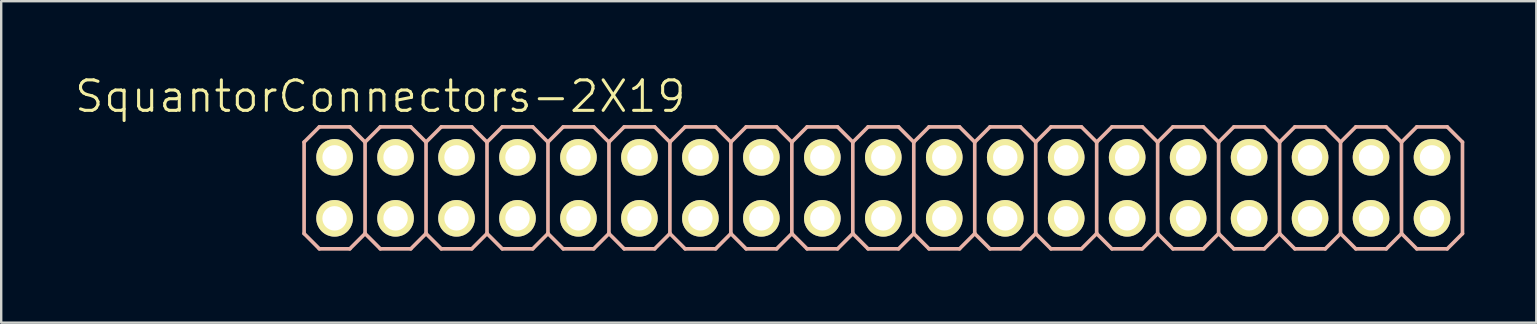
<source format=kicad_pcb>
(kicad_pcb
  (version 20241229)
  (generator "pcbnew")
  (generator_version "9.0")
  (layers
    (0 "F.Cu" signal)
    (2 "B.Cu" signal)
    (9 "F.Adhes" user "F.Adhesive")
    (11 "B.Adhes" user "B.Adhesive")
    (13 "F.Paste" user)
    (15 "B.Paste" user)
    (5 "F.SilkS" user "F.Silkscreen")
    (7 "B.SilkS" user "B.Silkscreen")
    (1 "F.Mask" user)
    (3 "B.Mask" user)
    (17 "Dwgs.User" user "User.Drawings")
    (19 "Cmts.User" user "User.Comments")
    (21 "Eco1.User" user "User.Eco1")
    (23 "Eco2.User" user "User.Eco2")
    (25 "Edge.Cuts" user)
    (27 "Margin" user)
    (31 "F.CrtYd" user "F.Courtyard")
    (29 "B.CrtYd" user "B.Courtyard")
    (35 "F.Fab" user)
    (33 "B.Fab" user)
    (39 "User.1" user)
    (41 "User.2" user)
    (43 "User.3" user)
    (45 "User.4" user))
  (footprint "SquantorConnectors-2X19"
    (layer "F.Cu")
    (at 33.749 4.776)
    (property "Reference" "SquantorConnectors-2X19" (at -20.955 -3.81 0) (layer "F.SilkS") (effects (font (size 1.27 1.27) (thickness 0.127))))
    (attr exclude_from_pos_files exclude_from_bom)
    (fp_line (start -23.114 -1.524) (end -22.606 -1.524) (stroke (width 0.066) (type solid)) (layer "F.SilkS"))
    (fp_line (start -23.114 -1.016) (end -23.114 -1.524) (stroke (width 0.066) (type solid)) (layer "F.SilkS"))
    (fp_line (start -23.114 -1.016) (end -22.606 -1.016) (stroke (width 0.066) (type solid)) (layer "F.SilkS"))
    (fp_line (start -23.114 1.016) (end -22.606 1.016) (stroke (width 0.066) (type solid)) (layer "F.SilkS"))
    (fp_line (start -23.114 1.524) (end -23.114 1.016) (stroke (width 0.066) (type solid)) (layer "F.SilkS"))
    (fp_line (start -23.114 1.524) (end -22.606 1.524) (stroke (width 0.066) (type solid)) (layer "F.SilkS"))
    (fp_line (start -22.606 -1.016) (end -22.606 -1.524) (stroke (width 0.066) (type solid)) (layer "F.SilkS"))
    (fp_line (start -22.606 1.524) (end -22.606 1.016) (stroke (width 0.066) (type solid)) (layer "F.SilkS"))
    (fp_line (start -20.574 -1.524) (end -20.066 -1.524) (stroke (width 0.066) (type solid)) (layer "F.SilkS"))
    (fp_line (start -20.574 -1.016) (end -20.574 -1.524) (stroke (width 0.066) (type solid)) (layer "F.SilkS"))
    (fp_line (start -20.574 -1.016) (end -20.066 -1.016) (stroke (width 0.066) (type solid)) (layer "F.SilkS"))
    (fp_line (start -20.574 1.016) (end -20.066 1.016) (stroke (width 0.066) (type solid)) (layer "F.SilkS"))
    (fp_line (start -20.574 1.524) (end -20.574 1.016) (stroke (width 0.066) (type solid)) (layer "F.SilkS"))
    (fp_line (start -20.574 1.524) (end -20.066 1.524) (stroke (width 0.066) (type solid)) (layer "F.SilkS"))
    (fp_line (start -20.066 -1.016) (end -20.066 -1.524) (stroke (width 0.066) (type solid)) (layer "F.SilkS"))
    (fp_line (start -20.066 1.524) (end -20.066 1.016) (stroke (width 0.066) (type solid)) (layer "F.SilkS"))
    (fp_line (start -18.034 -1.524) (end -17.523 -1.524) (stroke (width 0.066) (type solid)) (layer "F.SilkS"))
    (fp_line (start -18.034 -1.016) (end -18.034 -1.524) (stroke (width 0.066) (type solid)) (layer "F.SilkS"))
    (fp_line (start -18.034 -1.016) (end -17.523 -1.016) (stroke (width 0.066) (type solid)) (layer "F.SilkS"))
    (fp_line (start -18.034 1.016) (end -17.523 1.016) (stroke (width 0.066) (type solid)) (layer "F.SilkS"))
    (fp_line (start -18.034 1.524) (end -18.034 1.016) (stroke (width 0.066) (type solid)) (layer "F.SilkS"))
    (fp_line (start -18.034 1.524) (end -17.523 1.524) (stroke (width 0.066) (type solid)) (layer "F.SilkS"))
    (fp_line (start -17.523 -1.016) (end -17.523 -1.524) (stroke (width 0.066) (type solid)) (layer "F.SilkS"))
    (fp_line (start -17.523 1.524) (end -17.523 1.016) (stroke (width 0.066) (type solid)) (layer "F.SilkS"))
    (fp_line (start -15.494 -1.524) (end -14.986 -1.524) (stroke (width 0.066) (type solid)) (layer "F.SilkS"))
    (fp_line (start -15.494 -1.016) (end -15.494 -1.524) (stroke (width 0.066) (type solid)) (layer "F.SilkS"))
    (fp_line (start -15.494 -1.016) (end -14.986 -1.016) (stroke (width 0.066) (type solid)) (layer "F.SilkS"))
    (fp_line (start -15.494 1.016) (end -14.986 1.016) (stroke (width 0.066) (type solid)) (layer "F.SilkS"))
    (fp_line (start -15.494 1.524) (end -15.494 1.016) (stroke (width 0.066) (type solid)) (layer "F.SilkS"))
    (fp_line (start -15.494 1.524) (end -14.986 1.524) (stroke (width 0.066) (type solid)) (layer "F.SilkS"))
    (fp_line (start -14.986 -1.016) (end -14.986 -1.524) (stroke (width 0.066) (type solid)) (layer "F.SilkS"))
    (fp_line (start -14.986 1.524) (end -14.986 1.016) (stroke (width 0.066) (type solid)) (layer "F.SilkS"))
    (fp_line (start -12.954 -1.524) (end -12.446 -1.524) (stroke (width 0.066) (type solid)) (layer "F.SilkS"))
    (fp_line (start -12.954 -1.016) (end -12.954 -1.524) (stroke (width 0.066) (type solid)) (layer "F.SilkS"))
    (fp_line (start -12.954 -1.016) (end -12.446 -1.016) (stroke (width 0.066) (type solid)) (layer "F.SilkS"))
    (fp_line (start -12.954 1.016) (end -12.446 1.016) (stroke (width 0.066) (type solid)) (layer "F.SilkS"))
    (fp_line (start -12.954 1.524) (end -12.954 1.016) (stroke (width 0.066) (type solid)) (layer "F.SilkS"))
    (fp_line (start -12.954 1.524) (end -12.446 1.524) (stroke (width 0.066) (type solid)) (layer "F.SilkS"))
    (fp_line (start -12.446 -1.016) (end -12.446 -1.524) (stroke (width 0.066) (type solid)) (layer "F.SilkS"))
    (fp_line (start -12.446 1.524) (end -12.446 1.016) (stroke (width 0.066) (type solid)) (layer "F.SilkS"))
    (fp_line (start -10.414 -1.524) (end -9.906 -1.524) (stroke (width 0.066) (type solid)) (layer "F.SilkS"))
    (fp_line (start -10.414 -1.016) (end -10.414 -1.524) (stroke (width 0.066) (type solid)) (layer "F.SilkS"))
    (fp_line (start -10.414 -1.016) (end -9.906 -1.016) (stroke (width 0.066) (type solid)) (layer "F.SilkS"))
    (fp_line (start -10.414 1.016) (end -9.906 1.016) (stroke (width 0.066) (type solid)) (layer "F.SilkS"))
    (fp_line (start -10.414 1.524) (end -10.414 1.016) (stroke (width 0.066) (type solid)) (layer "F.SilkS"))
    (fp_line (start -10.414 1.524) (end -9.906 1.524) (stroke (width 0.066) (type solid)) (layer "F.SilkS"))
    (fp_line (start -9.906 -1.016) (end -9.906 -1.524) (stroke (width 0.066) (type solid)) (layer "F.SilkS"))
    (fp_line (start -9.906 1.524) (end -9.906 1.016) (stroke (width 0.066) (type solid)) (layer "F.SilkS"))
    (fp_line (start -7.874 -1.524) (end -7.366 -1.524) (stroke (width 0.066) (type solid)) (layer "F.SilkS"))
    (fp_line (start -7.874 -1.016) (end -7.874 -1.524) (stroke (width 0.066) (type solid)) (layer "F.SilkS"))
    (fp_line (start -7.874 -1.016) (end -7.366 -1.016) (stroke (width 0.066) (type solid)) (layer "F.SilkS"))
    (fp_line (start -7.874 1.016) (end -7.366 1.016) (stroke (width 0.066) (type solid)) (layer "F.SilkS"))
    (fp_line (start -7.874 1.524) (end -7.874 1.016) (stroke (width 0.066) (type solid)) (layer "F.SilkS"))
    (fp_line (start -7.874 1.524) (end -7.366 1.524) (stroke (width 0.066) (type solid)) (layer "F.SilkS"))
    (fp_line (start -7.366 -1.016) (end -7.366 -1.524) (stroke (width 0.066) (type solid)) (layer "F.SilkS"))
    (fp_line (start -7.366 1.524) (end -7.366 1.016) (stroke (width 0.066) (type solid)) (layer "F.SilkS"))
    (fp_line (start -5.334 -1.524) (end -4.826 -1.524) (stroke (width 0.066) (type solid)) (layer "F.SilkS"))
    (fp_line (start -5.334 -1.016) (end -5.334 -1.524) (stroke (width 0.066) (type solid)) (layer "F.SilkS"))
    (fp_line (start -5.334 -1.016) (end -4.826 -1.016) (stroke (width 0.066) (type solid)) (layer "F.SilkS"))
    (fp_line (start -5.334 1.016) (end -4.826 1.016) (stroke (width 0.066) (type solid)) (layer "F.SilkS"))
    (fp_line (start -5.334 1.524) (end -5.334 1.016) (stroke (width 0.066) (type solid)) (layer "F.SilkS"))
    (fp_line (start -5.334 1.524) (end -4.826 1.524) (stroke (width 0.066) (type solid)) (layer "F.SilkS"))
    (fp_line (start -4.826 -1.016) (end -4.826 -1.524) (stroke (width 0.066) (type solid)) (layer "F.SilkS"))
    (fp_line (start -4.826 1.524) (end -4.826 1.016) (stroke (width 0.066) (type solid)) (layer "F.SilkS"))
    (fp_line (start -2.794 -1.524) (end -2.286 -1.524) (stroke (width 0.066) (type solid)) (layer "F.SilkS"))
    (fp_line (start -2.794 -1.016) (end -2.794 -1.524) (stroke (width 0.066) (type solid)) (layer "F.SilkS"))
    (fp_line (start -2.794 -1.016) (end -2.286 -1.016) (stroke (width 0.066) (type solid)) (layer "F.SilkS"))
    (fp_line (start -2.794 1.016) (end -2.286 1.016) (stroke (width 0.066) (type solid)) (layer "F.SilkS"))
    (fp_line (start -2.794 1.524) (end -2.794 1.016) (stroke (width 0.066) (type solid)) (layer "F.SilkS"))
    (fp_line (start -2.794 1.524) (end -2.286 1.524) (stroke (width 0.066) (type solid)) (layer "F.SilkS"))
    (fp_line (start -2.286 -1.016) (end -2.286 -1.524) (stroke (width 0.066) (type solid)) (layer "F.SilkS"))
    (fp_line (start -2.286 1.524) (end -2.286 1.016) (stroke (width 0.066) (type solid)) (layer "F.SilkS"))
    (fp_line (start -0.254 -1.524) (end 0.254 -1.524) (stroke (width 0.066) (type solid)) (layer "F.SilkS"))
    (fp_line (start -0.254 -1.016) (end -0.254 -1.524) (stroke (width 0.066) (type solid)) (layer "F.SilkS"))
    (fp_line (start -0.254 -1.016) (end 0.254 -1.016) (stroke (width 0.066) (type solid)) (layer "F.SilkS"))
    (fp_line (start -0.254 1.016) (end 0.254 1.016) (stroke (width 0.066) (type solid)) (layer "F.SilkS"))
    (fp_line (start -0.254 1.524) (end -0.254 1.016) (stroke (width 0.066) (type solid)) (layer "F.SilkS"))
    (fp_line (start -0.254 1.524) (end 0.254 1.524) (stroke (width 0.066) (type solid)) (layer "F.SilkS"))
    (fp_line (start 0.254 -1.016) (end 0.254 -1.524) (stroke (width 0.066) (type solid)) (layer "F.SilkS"))
    (fp_line (start 0.254 1.524) (end 0.254 1.016) (stroke (width 0.066) (type solid)) (layer "F.SilkS"))
    (fp_line (start 2.286 -1.524) (end 2.794 -1.524) (stroke (width 0.066) (type solid)) (layer "F.SilkS"))
    (fp_line (start 2.286 -1.016) (end 2.286 -1.524) (stroke (width 0.066) (type solid)) (layer "F.SilkS"))
    (fp_line (start 2.286 -1.016) (end 2.794 -1.016) (stroke (width 0.066) (type solid)) (layer "F.SilkS"))
    (fp_line (start 2.286 1.016) (end 2.794 1.016) (stroke (width 0.066) (type solid)) (layer "F.SilkS"))
    (fp_line (start 2.286 1.524) (end 2.286 1.016) (stroke (width 0.066) (type solid)) (layer "F.SilkS"))
    (fp_line (start 2.286 1.524) (end 2.794 1.524) (stroke (width 0.066) (type solid)) (layer "F.SilkS"))
    (fp_line (start 2.794 -1.016) (end 2.794 -1.524) (stroke (width 0.066) (type solid)) (layer "F.SilkS"))
    (fp_line (start 2.794 1.524) (end 2.794 1.016) (stroke (width 0.066) (type solid)) (layer "F.SilkS"))
    (fp_line (start 4.826 -1.524) (end 5.334 -1.524) (stroke (width 0.066) (type solid)) (layer "F.SilkS"))
    (fp_line (start 4.826 -1.016) (end 4.826 -1.524) (stroke (width 0.066) (type solid)) (layer "F.SilkS"))
    (fp_line (start 4.826 -1.016) (end 5.334 -1.016) (stroke (width 0.066) (type solid)) (layer "F.SilkS"))
    (fp_line (start 4.826 1.016) (end 5.334 1.016) (stroke (width 0.066) (type solid)) (layer "F.SilkS"))
    (fp_line (start 4.826 1.524) (end 4.826 1.016) (stroke (width 0.066) (type solid)) (layer "F.SilkS"))
    (fp_line (start 4.826 1.524) (end 5.334 1.524) (stroke (width 0.066) (type solid)) (layer "F.SilkS"))
    (fp_line (start 5.334 -1.016) (end 5.334 -1.524) (stroke (width 0.066) (type solid)) (layer "F.SilkS"))
    (fp_line (start 5.334 1.524) (end 5.334 1.016) (stroke (width 0.066) (type solid)) (layer "F.SilkS"))
    (fp_line (start 7.366 -1.524) (end 7.874 -1.524) (stroke (width 0.066) (type solid)) (layer "F.SilkS"))
    (fp_line (start 7.366 -1.016) (end 7.366 -1.524) (stroke (width 0.066) (type solid)) (layer "F.SilkS"))
    (fp_line (start 7.366 -1.016) (end 7.874 -1.016) (stroke (width 0.066) (type solid)) (layer "F.SilkS"))
    (fp_line (start 7.366 1.016) (end 7.874 1.016) (stroke (width 0.066) (type solid)) (layer "F.SilkS"))
    (fp_line (start 7.366 1.524) (end 7.366 1.016) (stroke (width 0.066) (type solid)) (layer "F.SilkS"))
    (fp_line (start 7.366 1.524) (end 7.874 1.524) (stroke (width 0.066) (type solid)) (layer "F.SilkS"))
    (fp_line (start 7.874 -1.016) (end 7.874 -1.524) (stroke (width 0.066) (type solid)) (layer "F.SilkS"))
    (fp_line (start 7.874 1.524) (end 7.874 1.016) (stroke (width 0.066) (type solid)) (layer "F.SilkS"))
    (fp_line (start 9.906 -1.524) (end 10.414 -1.524) (stroke (width 0.066) (type solid)) (layer "F.SilkS"))
    (fp_line (start 9.906 -1.016) (end 9.906 -1.524) (stroke (width 0.066) (type solid)) (layer "F.SilkS"))
    (fp_line (start 9.906 -1.016) (end 10.414 -1.016) (stroke (width 0.066) (type solid)) (layer "F.SilkS"))
    (fp_line (start 9.906 1.016) (end 10.414 1.016) (stroke (width 0.066) (type solid)) (layer "F.SilkS"))
    (fp_line (start 9.906 1.524) (end 9.906 1.016) (stroke (width 0.066) (type solid)) (layer "F.SilkS"))
    (fp_line (start 9.906 1.524) (end 10.414 1.524) (stroke (width 0.066) (type solid)) (layer "F.SilkS"))
    (fp_line (start 10.414 -1.016) (end 10.414 -1.524) (stroke (width 0.066) (type solid)) (layer "F.SilkS"))
    (fp_line (start 10.414 1.524) (end 10.414 1.016) (stroke (width 0.066) (type solid)) (layer "F.SilkS"))
    (fp_line (start 12.446 -1.524) (end 12.954 -1.524) (stroke (width 0.066) (type solid)) (layer "F.SilkS"))
    (fp_line (start 12.446 -1.016) (end 12.446 -1.524) (stroke (width 0.066) (type solid)) (layer "F.SilkS"))
    (fp_line (start 12.446 -1.016) (end 12.954 -1.016) (stroke (width 0.066) (type solid)) (layer "F.SilkS"))
    (fp_line (start 12.446 1.016) (end 12.954 1.016) (stroke (width 0.066) (type solid)) (layer "F.SilkS"))
    (fp_line (start 12.446 1.524) (end 12.446 1.016) (stroke (width 0.066) (type solid)) (layer "F.SilkS"))
    (fp_line (start 12.446 1.524) (end 12.954 1.524) (stroke (width 0.066) (type solid)) (layer "F.SilkS"))
    (fp_line (start 12.954 -1.016) (end 12.954 -1.524) (stroke (width 0.066) (type solid)) (layer "F.SilkS"))
    (fp_line (start 12.954 1.524) (end 12.954 1.016) (stroke (width 0.066) (type solid)) (layer "F.SilkS"))
    (fp_line (start 14.986 -1.524) (end 15.494 -1.524) (stroke (width 0.066) (type solid)) (layer "F.SilkS"))
    (fp_line (start 14.986 -1.016) (end 14.986 -1.524) (stroke (width 0.066) (type solid)) (layer "F.SilkS"))
    (fp_line (start 14.986 -1.016) (end 15.494 -1.016) (stroke (width 0.066) (type solid)) (layer "F.SilkS"))
    (fp_line (start 14.986 1.016) (end 15.494 1.016) (stroke (width 0.066) (type solid)) (layer "F.SilkS"))
    (fp_line (start 14.986 1.524) (end 14.986 1.016) (stroke (width 0.066) (type solid)) (layer "F.SilkS"))
    (fp_line (start 14.986 1.524) (end 15.494 1.524) (stroke (width 0.066) (type solid)) (layer "F.SilkS"))
    (fp_line (start 15.494 -1.016) (end 15.494 -1.524) (stroke (width 0.066) (type solid)) (layer "F.SilkS"))
    (fp_line (start 15.494 1.524) (end 15.494 1.016) (stroke (width 0.066) (type solid)) (layer "F.SilkS"))
    (fp_line (start 17.523 -1.524) (end 18.034 -1.524) (stroke (width 0.066) (type solid)) (layer "F.SilkS"))
    (fp_line (start 17.523 -1.016) (end 17.523 -1.524) (stroke (width 0.066) (type solid)) (layer "F.SilkS"))
    (fp_line (start 17.523 -1.016) (end 18.034 -1.016) (stroke (width 0.066) (type solid)) (layer "F.SilkS"))
    (fp_line (start 17.523 1.016) (end 18.034 1.016) (stroke (width 0.066) (type solid)) (layer "F.SilkS"))
    (fp_line (start 17.523 1.524) (end 17.523 1.016) (stroke (width 0.066) (type solid)) (layer "F.SilkS"))
    (fp_line (start 17.523 1.524) (end 18.034 1.524) (stroke (width 0.066) (type solid)) (layer "F.SilkS"))
    (fp_line (start 18.034 -1.016) (end 18.034 -1.524) (stroke (width 0.066) (type solid)) (layer "F.SilkS"))
    (fp_line (start 18.034 1.524) (end 18.034 1.016) (stroke (width 0.066) (type solid)) (layer "F.SilkS"))
    (fp_line (start 20.066 -1.524) (end 20.574 -1.524) (stroke (width 0.066) (type solid)) (layer "F.SilkS"))
    (fp_line (start 20.066 -1.016) (end 20.066 -1.524) (stroke (width 0.066) (type solid)) (layer "F.SilkS"))
    (fp_line (start 20.066 -1.016) (end 20.574 -1.016) (stroke (width 0.066) (type solid)) (layer "F.SilkS"))
    (fp_line (start 20.066 1.016) (end 20.574 1.016) (stroke (width 0.066) (type solid)) (layer "F.SilkS"))
    (fp_line (start 20.066 1.524) (end 20.066 1.016) (stroke (width 0.066) (type solid)) (layer "F.SilkS"))
    (fp_line (start 20.066 1.524) (end 20.574 1.524) (stroke (width 0.066) (type solid)) (layer "F.SilkS"))
    (fp_line (start 20.574 -1.016) (end 20.574 -1.524) (stroke (width 0.066) (type solid)) (layer "F.SilkS"))
    (fp_line (start 20.574 1.524) (end 20.574 1.016) (stroke (width 0.066) (type solid)) (layer "F.SilkS"))
    (fp_line (start 22.606 -1.524) (end 23.114 -1.524) (stroke (width 0.066) (type solid)) (layer "F.SilkS"))
    (fp_line (start 22.606 -1.016) (end 22.606 -1.524) (stroke (width 0.066) (type solid)) (layer "F.SilkS"))
    (fp_line (start 22.606 -1.016) (end 23.114 -1.016) (stroke (width 0.066) (type solid)) (layer "F.SilkS"))
    (fp_line (start 22.606 1.016) (end 23.114 1.016) (stroke (width 0.066) (type solid)) (layer "F.SilkS"))
    (fp_line (start 22.606 1.524) (end 22.606 1.016) (stroke (width 0.066) (type solid)) (layer "F.SilkS"))
    (fp_line (start 22.606 1.524) (end 23.114 1.524) (stroke (width 0.066) (type solid)) (layer "F.SilkS"))
    (fp_line (start 23.114 -1.016) (end 23.114 -1.524) (stroke (width 0.066) (type solid)) (layer "F.SilkS"))
    (fp_line (start 23.114 1.524) (end 23.114 1.016) (stroke (width 0.066) (type solid)) (layer "F.SilkS"))
    (fp_line (start -24.13 -1.905) (end -23.495 -2.54) (stroke (width 0.152) (type solid)) (layer "B.SilkS"))
    (fp_line (start -24.13 1.905) (end -24.13 -1.905) (stroke (width 0.152) (type solid)) (layer "B.SilkS"))
    (fp_line (start -24.13 1.905) (end -23.495 2.54) (stroke (width 0.152) (type solid)) (layer "B.SilkS"))
    (fp_line (start -23.495 -2.54) (end -22.225 -2.54) (stroke (width 0.152) (type solid)) (layer "B.SilkS"))
    (fp_line (start -23.495 2.54) (end -22.225 2.54) (stroke (width 0.152) (type solid)) (layer "B.SilkS"))
    (fp_line (start -22.225 -2.54) (end -21.59 -1.905) (stroke (width 0.152) (type solid)) (layer "B.SilkS"))
    (fp_line (start -22.225 2.54) (end -21.59 1.905) (stroke (width 0.152) (type solid)) (layer "B.SilkS"))
    (fp_line (start -21.59 -1.905) (end -21.59 1.905) (stroke (width 0.152) (type solid)) (layer "B.SilkS"))
    (fp_line (start -21.59 -1.905) (end -20.955 -2.54) (stroke (width 0.152) (type solid)) (layer "B.SilkS"))
    (fp_line (start -21.59 1.905) (end -20.955 2.54) (stroke (width 0.152) (type solid)) (layer "B.SilkS"))
    (fp_line (start -20.955 -2.54) (end -19.685 -2.54) (stroke (width 0.152) (type solid)) (layer "B.SilkS"))
    (fp_line (start -20.955 2.54) (end -19.685 2.54) (stroke (width 0.152) (type solid)) (layer "B.SilkS"))
    (fp_line (start -19.685 -2.54) (end -19.05 -1.905) (stroke (width 0.152) (type solid)) (layer "B.SilkS"))
    (fp_line (start -19.685 2.54) (end -19.05 1.905) (stroke (width 0.152) (type solid)) (layer "B.SilkS"))
    (fp_line (start -19.05 -1.905) (end -19.05 1.905) (stroke (width 0.152) (type solid)) (layer "B.SilkS"))
    (fp_line (start -19.05 -1.905) (end -18.415 -2.54) (stroke (width 0.152) (type solid)) (layer "B.SilkS"))
    (fp_line (start -19.05 1.905) (end -18.415 2.54) (stroke (width 0.152) (type solid)) (layer "B.SilkS"))
    (fp_line (start -18.415 -2.54) (end -17.145 -2.54) (stroke (width 0.152) (type solid)) (layer "B.SilkS"))
    (fp_line (start -18.415 2.54) (end -17.145 2.54) (stroke (width 0.152) (type solid)) (layer "B.SilkS"))
    (fp_line (start -17.145 -2.54) (end -16.51 -1.905) (stroke (width 0.152) (type solid)) (layer "B.SilkS"))
    (fp_line (start -17.145 2.54) (end -16.51 1.905) (stroke (width 0.152) (type solid)) (layer "B.SilkS"))
    (fp_line (start -16.51 -1.905) (end -16.51 1.905) (stroke (width 0.152) (type solid)) (layer "B.SilkS"))
    (fp_line (start -16.51 -1.905) (end -15.875 -2.54) (stroke (width 0.152) (type solid)) (layer "B.SilkS"))
    (fp_line (start -16.51 1.905) (end -15.875 2.54) (stroke (width 0.152) (type solid)) (layer "B.SilkS"))
    (fp_line (start -15.875 -2.54) (end -14.605 -2.54) (stroke (width 0.152) (type solid)) (layer "B.SilkS"))
    (fp_line (start -15.875 2.54) (end -14.605 2.54) (stroke (width 0.152) (type solid)) (layer "B.SilkS"))
    (fp_line (start -14.605 -2.54) (end -13.97 -1.905) (stroke (width 0.152) (type solid)) (layer "B.SilkS"))
    (fp_line (start -14.605 2.54) (end -13.97 1.905) (stroke (width 0.152) (type solid)) (layer "B.SilkS"))
    (fp_line (start -13.97 -1.905) (end -13.97 1.905) (stroke (width 0.152) (type solid)) (layer "B.SilkS"))
    (fp_line (start -13.97 -1.905) (end -13.335 -2.54) (stroke (width 0.152) (type solid)) (layer "B.SilkS"))
    (fp_line (start -13.97 1.905) (end -13.335 2.54) (stroke (width 0.152) (type solid)) (layer "B.SilkS"))
    (fp_line (start -13.335 -2.54) (end -12.065 -2.54) (stroke (width 0.152) (type solid)) (layer "B.SilkS"))
    (fp_line (start -13.335 2.54) (end -12.065 2.54) (stroke (width 0.152) (type solid)) (layer "B.SilkS"))
    (fp_line (start -12.065 -2.54) (end -11.43 -1.905) (stroke (width 0.152) (type solid)) (layer "B.SilkS"))
    (fp_line (start -12.065 2.54) (end -11.43 1.905) (stroke (width 0.152) (type solid)) (layer "B.SilkS"))
    (fp_line (start -11.43 -1.905) (end -11.43 1.905) (stroke (width 0.152) (type solid)) (layer "B.SilkS"))
    (fp_line (start -11.43 -1.905) (end -10.795 -2.54) (stroke (width 0.152) (type solid)) (layer "B.SilkS"))
    (fp_line (start -11.43 1.905) (end -10.795 2.54) (stroke (width 0.152) (type solid)) (layer "B.SilkS"))
    (fp_line (start -10.795 -2.54) (end -9.525 -2.54) (stroke (width 0.152) (type solid)) (layer "B.SilkS"))
    (fp_line (start -10.795 2.54) (end -9.525 2.54) (stroke (width 0.152) (type solid)) (layer "B.SilkS"))
    (fp_line (start -9.525 -2.54) (end -8.89 -1.905) (stroke (width 0.152) (type solid)) (layer "B.SilkS"))
    (fp_line (start -9.525 2.54) (end -8.89 1.905) (stroke (width 0.152) (type solid)) (layer "B.SilkS"))
    (fp_line (start -8.89 -1.905) (end -8.89 1.905) (stroke (width 0.152) (type solid)) (layer "B.SilkS"))
    (fp_line (start -8.89 -1.905) (end -8.255 -2.54) (stroke (width 0.152) (type solid)) (layer "B.SilkS"))
    (fp_line (start -8.89 1.905) (end -8.255 2.54) (stroke (width 0.152) (type solid)) (layer "B.SilkS"))
    (fp_line (start -8.255 -2.54) (end -6.985 -2.54) (stroke (width 0.152) (type solid)) (layer "B.SilkS"))
    (fp_line (start -6.985 -2.54) (end -6.35 -1.905) (stroke (width 0.152) (type solid)) (layer "B.SilkS"))
    (fp_line (start -6.985 2.54) (end -8.255 2.54) (stroke (width 0.152) (type solid)) (layer "B.SilkS"))
    (fp_line (start -6.35 -1.905) (end -6.35 1.905) (stroke (width 0.152) (type solid)) (layer "B.SilkS"))
    (fp_line (start -6.35 -1.905) (end -5.715 -2.54) (stroke (width 0.152) (type solid)) (layer "B.SilkS"))
    (fp_line (start -6.35 1.905) (end -6.985 2.54) (stroke (width 0.152) (type solid)) (layer "B.SilkS"))
    (fp_line (start -6.35 1.905) (end -5.715 2.54) (stroke (width 0.152) (type solid)) (layer "B.SilkS"))
    (fp_line (start -5.715 -2.54) (end -4.445 -2.54) (stroke (width 0.152) (type solid)) (layer "B.SilkS"))
    (fp_line (start -4.445 -2.54) (end -3.81 -1.905) (stroke (width 0.152) (type solid)) (layer "B.SilkS"))
    (fp_line (start -4.445 2.54) (end -5.715 2.54) (stroke (width 0.152) (type solid)) (layer "B.SilkS"))
    (fp_line (start -3.81 -1.905) (end -3.81 1.905) (stroke (width 0.152) (type solid)) (layer "B.SilkS"))
    (fp_line (start -3.81 -1.905) (end -3.175 -2.54) (stroke (width 0.152) (type solid)) (layer "B.SilkS"))
    (fp_line (start -3.81 1.905) (end -4.445 2.54) (stroke (width 0.152) (type solid)) (layer "B.SilkS"))
    (fp_line (start -3.81 1.905) (end -3.175 2.54) (stroke (width 0.152) (type solid)) (layer "B.SilkS"))
    (fp_line (start -3.175 -2.54) (end -1.905 -2.54) (stroke (width 0.152) (type solid)) (layer "B.SilkS"))
    (fp_line (start -1.905 -2.54) (end -1.27 -1.905) (stroke (width 0.152) (type solid)) (layer "B.SilkS"))
    (fp_line (start -1.905 2.54) (end -3.175 2.54) (stroke (width 0.152) (type solid)) (layer "B.SilkS"))
    (fp_line (start -1.27 -1.905) (end -1.27 1.905) (stroke (width 0.152) (type solid)) (layer "B.SilkS"))
    (fp_line (start -1.27 -1.905) (end -0.635 -2.54) (stroke (width 0.152) (type solid)) (layer "B.SilkS"))
    (fp_line (start -1.27 1.905) (end -1.905 2.54) (stroke (width 0.152) (type solid)) (layer "B.SilkS"))
    (fp_line (start -1.27 1.905) (end -0.635 2.54) (stroke (width 0.152) (type solid)) (layer "B.SilkS"))
    (fp_line (start -0.635 -2.54) (end 0.635 -2.54) (stroke (width 0.152) (type solid)) (layer "B.SilkS"))
    (fp_line (start 0.635 -2.54) (end 1.27 -1.905) (stroke (width 0.152) (type solid)) (layer "B.SilkS"))
    (fp_line (start 0.635 2.54) (end -0.635 2.54) (stroke (width 0.152) (type solid)) (layer "B.SilkS"))
    (fp_line (start 1.27 -1.905) (end 1.27 1.905) (stroke (width 0.152) (type solid)) (layer "B.SilkS"))
    (fp_line (start 1.27 -1.905) (end 1.905 -2.54) (stroke (width 0.152) (type solid)) (layer "B.SilkS"))
    (fp_line (start 1.27 1.905) (end 0.635 2.54) (stroke (width 0.152) (type solid)) (layer "B.SilkS"))
    (fp_line (start 1.27 1.905) (end 1.905 2.54) (stroke (width 0.152) (type solid)) (layer "B.SilkS"))
    (fp_line (start 1.905 -2.54) (end 3.175 -2.54) (stroke (width 0.152) (type solid)) (layer "B.SilkS"))
    (fp_line (start 3.175 -2.54) (end 3.81 -1.905) (stroke (width 0.152) (type solid)) (layer "B.SilkS"))
    (fp_line (start 3.175 2.54) (end 1.905 2.54) (stroke (width 0.152) (type solid)) (layer "B.SilkS"))
    (fp_line (start 3.81 -1.905) (end 3.81 1.905) (stroke (width 0.152) (type solid)) (layer "B.SilkS"))
    (fp_line (start 3.81 -1.905) (end 4.445 -2.54) (stroke (width 0.152) (type solid)) (layer "B.SilkS"))
    (fp_line (start 3.81 1.905) (end 3.175 2.54) (stroke (width 0.152) (type solid)) (layer "B.SilkS"))
    (fp_line (start 3.81 1.905) (end 4.445 2.54) (stroke (width 0.152) (type solid)) (layer "B.SilkS"))
    (fp_line (start 4.445 -2.54) (end 5.715 -2.54) (stroke (width 0.152) (type solid)) (layer "B.SilkS"))
    (fp_line (start 5.715 2.54) (end 4.445 2.54) (stroke (width 0.152) (type solid)) (layer "B.SilkS"))
    (fp_line (start 6.35 -1.905) (end 5.715 -2.54) (stroke (width 0.152) (type solid)) (layer "B.SilkS"))
    (fp_line (start 6.35 -1.905) (end 6.35 1.905) (stroke (width 0.152) (type solid)) (layer "B.SilkS"))
    (fp_line (start 6.35 -1.905) (end 6.985 -2.54) (stroke (width 0.152) (type solid)) (layer "B.SilkS"))
    (fp_line (start 6.35 1.905) (end 5.715 2.54) (stroke (width 0.152) (type solid)) (layer "B.SilkS"))
    (fp_line (start 6.35 1.905) (end 6.985 2.54) (stroke (width 0.152) (type solid)) (layer "B.SilkS"))
    (fp_line (start 8.255 -2.54) (end 6.985 -2.54) (stroke (width 0.152) (type solid)) (layer "B.SilkS"))
    (fp_line (start 8.255 -2.54) (end 8.89 -1.905) (stroke (width 0.152) (type solid)) (layer "B.SilkS"))
    (fp_line (start 8.255 2.54) (end 6.985 2.54) (stroke (width 0.152) (type solid)) (layer "B.SilkS"))
    (fp_line (start 8.89 -1.905) (end 8.89 1.905) (stroke (width 0.152) (type solid)) (layer "B.SilkS"))
    (fp_line (start 8.89 -1.905) (end 9.525 -2.54) (stroke (width 0.152) (type solid)) (layer "B.SilkS"))
    (fp_line (start 8.89 1.905) (end 8.255 2.54) (stroke (width 0.152) (type solid)) (layer "B.SilkS"))
    (fp_line (start 8.89 1.905) (end 9.525 2.54) (stroke (width 0.152) (type solid)) (layer "B.SilkS"))
    (fp_line (start 10.795 -2.54) (end 9.525 -2.54) (stroke (width 0.152) (type solid)) (layer "B.SilkS"))
    (fp_line (start 10.795 -2.54) (end 11.43 -1.905) (stroke (width 0.152) (type solid)) (layer "B.SilkS"))
    (fp_line (start 10.795 2.54) (end 9.525 2.54) (stroke (width 0.152) (type solid)) (layer "B.SilkS"))
    (fp_line (start 11.43 -1.905) (end 11.43 1.905) (stroke (width 0.152) (type solid)) (layer "B.SilkS"))
    (fp_line (start 11.43 -1.905) (end 12.065 -2.54) (stroke (width 0.152) (type solid)) (layer "B.SilkS"))
    (fp_line (start 11.43 1.905) (end 10.795 2.54) (stroke (width 0.152) (type solid)) (layer "B.SilkS"))
    (fp_line (start 12.065 2.54) (end 11.43 1.905) (stroke (width 0.152) (type solid)) (layer "B.SilkS"))
    (fp_line (start 12.065 2.54) (end 13.335 2.54) (stroke (width 0.152) (type solid)) (layer "B.SilkS"))
    (fp_line (start 13.335 -2.54) (end 12.065 -2.54) (stroke (width 0.152) (type solid)) (layer "B.SilkS"))
    (fp_line (start 13.335 -2.54) (end 13.97 -1.905) (stroke (width 0.152) (type solid)) (layer "B.SilkS"))
    (fp_line (start 13.97 -1.905) (end 13.97 1.905) (stroke (width 0.152) (type solid)) (layer "B.SilkS"))
    (fp_line (start 13.97 -1.905) (end 14.605 -2.54) (stroke (width 0.152) (type solid)) (layer "B.SilkS"))
    (fp_line (start 13.97 1.905) (end 13.335 2.54) (stroke (width 0.152) (type solid)) (layer "B.SilkS"))
    (fp_line (start 14.605 2.54) (end 13.97 1.905) (stroke (width 0.152) (type solid)) (layer "B.SilkS"))
    (fp_line (start 14.605 2.54) (end 15.875 2.54) (stroke (width 0.152) (type solid)) (layer "B.SilkS"))
    (fp_line (start 15.875 -2.54) (end 14.605 -2.54) (stroke (width 0.152) (type solid)) (layer "B.SilkS"))
    (fp_line (start 15.875 -2.54) (end 16.51 -1.905) (stroke (width 0.152) (type solid)) (layer "B.SilkS"))
    (fp_line (start 16.51 -1.905) (end 16.51 1.905) (stroke (width 0.152) (type solid)) (layer "B.SilkS"))
    (fp_line (start 16.51 -1.905) (end 17.145 -2.54) (stroke (width 0.152) (type solid)) (layer "B.SilkS"))
    (fp_line (start 16.51 1.905) (end 15.875 2.54) (stroke (width 0.152) (type solid)) (layer "B.SilkS"))
    (fp_line (start 16.51 1.905) (end 17.145 2.54) (stroke (width 0.152) (type solid)) (layer "B.SilkS"))
    (fp_line (start 18.415 -2.54) (end 17.145 -2.54) (stroke (width 0.152) (type solid)) (layer "B.SilkS"))
    (fp_line (start 18.415 -2.54) (end 19.05 -1.905) (stroke (width 0.152) (type solid)) (layer "B.SilkS"))
    (fp_line (start 18.415 2.54) (end 17.145 2.54) (stroke (width 0.152) (type solid)) (layer "B.SilkS"))
    (fp_line (start 19.05 -1.905) (end 19.05 1.905) (stroke (width 0.152) (type solid)) (layer "B.SilkS"))
    (fp_line (start 19.05 -1.905) (end 19.685 -2.54) (stroke (width 0.152) (type solid)) (layer "B.SilkS"))
    (fp_line (start 19.05 1.905) (end 18.415 2.54) (stroke (width 0.152) (type solid)) (layer "B.SilkS"))
    (fp_line (start 19.05 1.905) (end 19.685 2.54) (stroke (width 0.152) (type solid)) (layer "B.SilkS"))
    (fp_line (start 20.955 -2.54) (end 19.685 -2.54) (stroke (width 0.152) (type solid)) (layer "B.SilkS"))
    (fp_line (start 20.955 -2.54) (end 21.59 -1.905) (stroke (width 0.152) (type solid)) (layer "B.SilkS"))
    (fp_line (start 20.955 2.54) (end 19.685 2.54) (stroke (width 0.152) (type solid)) (layer "B.SilkS"))
    (fp_line (start 21.59 -1.905) (end 21.59 1.905) (stroke (width 0.152) (type solid)) (layer "B.SilkS"))
    (fp_line (start 21.59 -1.905) (end 22.225 -2.54) (stroke (width 0.152) (type solid)) (layer "B.SilkS"))
    (fp_line (start 21.59 1.905) (end 20.955 2.54) (stroke (width 0.152) (type solid)) (layer "B.SilkS"))
    (fp_line (start 21.59 1.905) (end 22.225 2.54) (stroke (width 0.152) (type solid)) (layer "B.SilkS"))
    (fp_line (start 23.495 -2.54) (end 22.225 -2.54) (stroke (width 0.152) (type solid)) (layer "B.SilkS"))
    (fp_line (start 23.495 -2.54) (end 24.13 -1.905) (stroke (width 0.152) (type solid)) (layer "B.SilkS"))
    (fp_line (start 23.495 2.54) (end 22.225 2.54) (stroke (width 0.152) (type solid)) (layer "B.SilkS"))
    (fp_line (start 24.13 -1.905) (end 24.13 1.905) (stroke (width 0.152) (type solid)) (layer "B.SilkS"))
    (fp_line (start 24.13 1.905) (end 23.495 2.54) (stroke (width 0.152) (type solid)) (layer "B.SilkS"))
    (pad "1" thru_hole circle (at -22.86 1.27) (size 1.524 1.524) (drill 1.016) (layers "*.Cu" "F.Mask" "F.SilkS" "F.Paste"))
    (pad "2" thru_hole circle (at -22.86 -1.27) (size 1.524 1.524) (drill 1.016) (layers "*.Cu" "F.Mask" "F.SilkS" "F.Paste"))
    (pad "3" thru_hole circle (at -20.32 1.27) (size 1.524 1.524) (drill 1.016) (layers "*.Cu" "F.Mask" "F.SilkS" "F.Paste"))
    (pad "4" thru_hole circle (at -20.32 -1.27) (size 1.524 1.524) (drill 1.016) (layers "*.Cu" "F.Mask" "F.SilkS" "F.Paste"))
    (pad "5" thru_hole circle (at -17.78 1.27) (size 1.524 1.524) (drill 1.016) (layers "*.Cu" "F.Mask" "F.SilkS" "F.Paste"))
    (pad "6" thru_hole circle (at -17.78 -1.27) (size 1.524 1.524) (drill 1.016) (layers "*.Cu" "F.Mask" "F.SilkS" "F.Paste"))
    (pad "7" thru_hole circle (at -15.24 1.27) (size 1.524 1.524) (drill 1.016) (layers "*.Cu" "F.Mask" "F.SilkS" "F.Paste"))
    (pad "8" thru_hole circle (at -15.24 -1.27) (size 1.524 1.524) (drill 1.016) (layers "*.Cu" "F.Mask" "F.SilkS" "F.Paste"))
    (pad "9" thru_hole circle (at -12.7 1.27) (size 1.524 1.524) (drill 1.016) (layers "*.Cu" "F.Mask" "F.SilkS" "F.Paste"))
    (pad "10" thru_hole circle (at -12.7 -1.27) (size 1.524 1.524) (drill 1.016) (layers "*.Cu" "F.Mask" "F.SilkS" "F.Paste"))
    (pad "11" thru_hole circle (at -10.16 1.27) (size 1.524 1.524) (drill 1.016) (layers "*.Cu" "F.Mask" "F.SilkS" "F.Paste"))
    (pad "12" thru_hole circle (at -10.16 -1.27) (size 1.524 1.524) (drill 1.016) (layers "*.Cu" "F.Mask" "F.SilkS" "F.Paste"))
    (pad "13" thru_hole circle (at -7.62 1.27) (size 1.524 1.524) (drill 1.016) (layers "*.Cu" "F.Mask" "F.SilkS" "F.Paste"))
    (pad "14" thru_hole circle (at -7.62 -1.27) (size 1.524 1.524) (drill 1.016) (layers "*.Cu" "F.Mask" "F.SilkS" "F.Paste"))
    (pad "15" thru_hole circle (at -5.08 1.27) (size 1.524 1.524) (drill 1.016) (layers "*.Cu" "F.Mask" "F.SilkS" "F.Paste"))
    (pad "16" thru_hole circle (at -5.08 -1.27) (size 1.524 1.524) (drill 1.016) (layers "*.Cu" "F.Mask" "F.SilkS" "F.Paste"))
    (pad "17" thru_hole circle (at -2.54 1.27) (size 1.524 1.524) (drill 1.016) (layers "*.Cu" "F.Mask" "F.SilkS" "F.Paste"))
    (pad "18" thru_hole circle (at -2.54 -1.27) (size 1.524 1.524) (drill 1.016) (layers "*.Cu" "F.Mask" "F.SilkS" "F.Paste"))
    (pad "19" thru_hole circle (at 0 1.27) (size 1.524 1.524) (drill 1.016) (layers "*.Cu" "F.Mask" "F.SilkS" "F.Paste"))
    (pad "20" thru_hole circle (at 0 -1.27) (size 1.524 1.524) (drill 1.016) (layers "*.Cu" "F.Mask" "F.SilkS" "F.Paste"))
    (pad "21" thru_hole circle (at 2.54 1.27) (size 1.524 1.524) (drill 1.016) (layers "*.Cu" "F.Mask" "F.SilkS" "F.Paste"))
    (pad "22" thru_hole circle (at 2.54 -1.27) (size 1.524 1.524) (drill 1.016) (layers "*.Cu" "F.Mask" "F.SilkS" "F.Paste"))
    (pad "23" thru_hole circle (at 5.08 1.27) (size 1.524 1.524) (drill 1.016) (layers "*.Cu" "F.Mask" "F.SilkS" "F.Paste"))
    (pad "24" thru_hole circle (at 5.08 -1.27) (size 1.524 1.524) (drill 1.016) (layers "*.Cu" "F.Mask" "F.SilkS" "F.Paste"))
    (pad "25" thru_hole circle (at 7.62 1.27) (size 1.524 1.524) (drill 1.016) (layers "*.Cu" "F.Mask" "F.SilkS" "F.Paste"))
    (pad "26" thru_hole circle (at 7.62 -1.27) (size 1.524 1.524) (drill 1.016) (layers "*.Cu" "F.Mask" "F.SilkS" "F.Paste"))
    (pad "27" thru_hole circle (at 10.16 1.27) (size 1.524 1.524) (drill 1.016) (layers "*.Cu" "F.Mask" "F.SilkS" "F.Paste"))
    (pad "28" thru_hole circle (at 10.16 -1.27) (size 1.524 1.524) (drill 1.016) (layers "*.Cu" "F.Mask" "F.SilkS" "F.Paste"))
    (pad "29" thru_hole circle (at 12.7 1.27) (size 1.524 1.524) (drill 1.016) (layers "*.Cu" "F.Mask" "F.SilkS" "F.Paste"))
    (pad "30" thru_hole circle (at 12.7 -1.27) (size 1.524 1.524) (drill 1.016) (layers "*.Cu" "F.Mask" "F.SilkS" "F.Paste"))
    (pad "31" thru_hole circle (at 15.24 1.27) (size 1.524 1.524) (drill 1.016) (layers "*.Cu" "F.Mask" "F.SilkS" "F.Paste"))
    (pad "32" thru_hole circle (at 15.24 -1.27) (size 1.524 1.524) (drill 1.016) (layers "*.Cu" "F.Mask" "F.SilkS" "F.Paste"))
    (pad "33" thru_hole circle (at 17.78 1.27) (size 1.524 1.524) (drill 1.016) (layers "*.Cu" "F.Mask" "F.SilkS" "F.Paste"))
    (pad "34" thru_hole circle (at 17.78 -1.27) (size 1.524 1.524) (drill 1.016) (layers "*.Cu" "F.Mask" "F.SilkS" "F.Paste"))
    (pad "35" thru_hole circle (at 20.32 1.27) (size 1.524 1.524) (drill 1.016) (layers "*.Cu" "F.Mask" "F.SilkS" "F.Paste"))
    (pad "36" thru_hole circle (at 20.32 -1.27) (size 1.524 1.524) (drill 1.016) (layers "*.Cu" "F.Mask" "F.SilkS" "F.Paste"))
    (pad "37" thru_hole circle (at 22.86 1.27) (size 1.524 1.524) (drill 1.016) (layers "*.Cu" "F.Mask" "F.SilkS" "F.Paste"))
    (pad "38" thru_hole circle (at 22.86 -1.27) (size 1.524 1.524) (drill 1.016) (layers "*.Cu" "F.Mask" "F.SilkS" "F.Paste")))
  (gr_rect
    (start -3 -3)
    (end 60.955 10.392)
    (stroke (width 0.1) (type default))
    (fill no)
    (layer "Edge.Cuts")))
</source>
